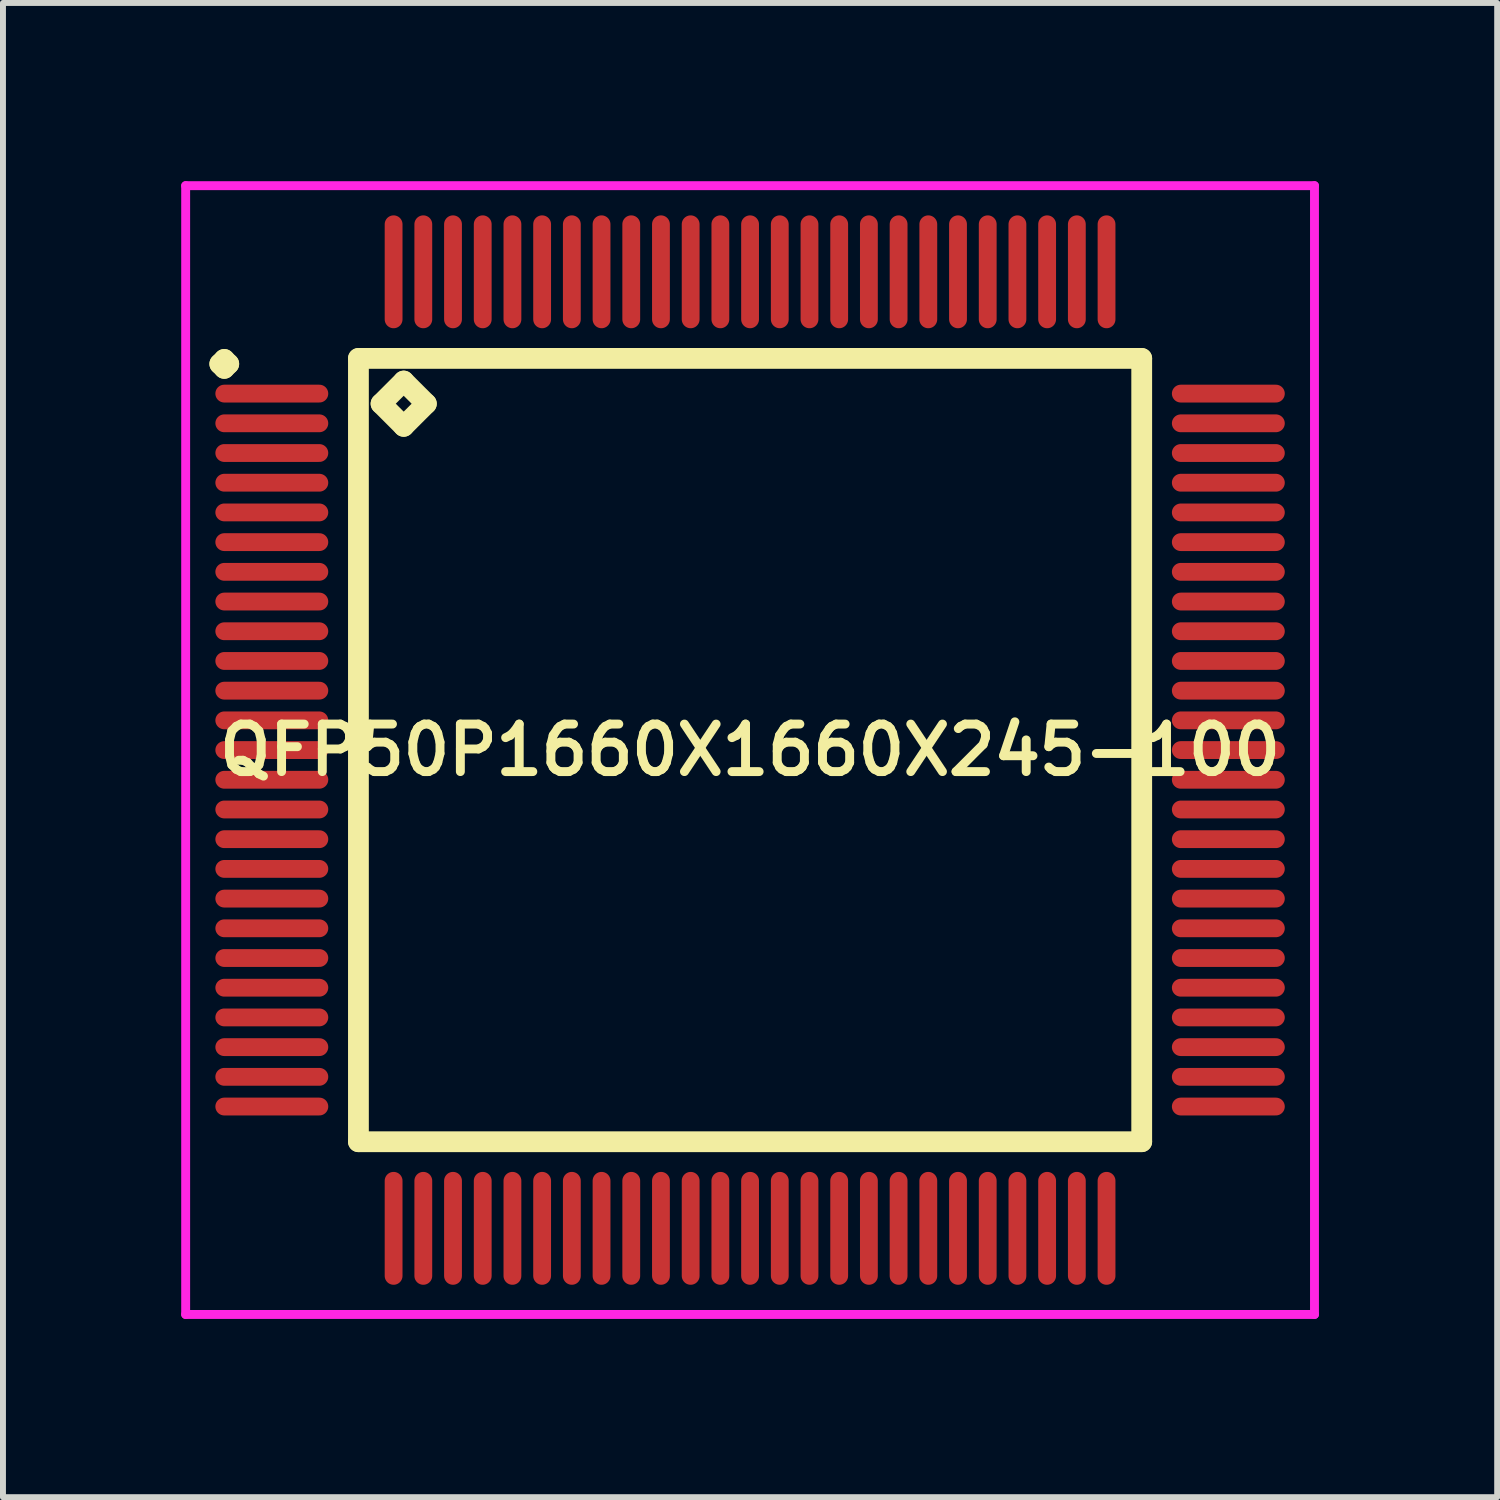
<source format=kicad_pcb>
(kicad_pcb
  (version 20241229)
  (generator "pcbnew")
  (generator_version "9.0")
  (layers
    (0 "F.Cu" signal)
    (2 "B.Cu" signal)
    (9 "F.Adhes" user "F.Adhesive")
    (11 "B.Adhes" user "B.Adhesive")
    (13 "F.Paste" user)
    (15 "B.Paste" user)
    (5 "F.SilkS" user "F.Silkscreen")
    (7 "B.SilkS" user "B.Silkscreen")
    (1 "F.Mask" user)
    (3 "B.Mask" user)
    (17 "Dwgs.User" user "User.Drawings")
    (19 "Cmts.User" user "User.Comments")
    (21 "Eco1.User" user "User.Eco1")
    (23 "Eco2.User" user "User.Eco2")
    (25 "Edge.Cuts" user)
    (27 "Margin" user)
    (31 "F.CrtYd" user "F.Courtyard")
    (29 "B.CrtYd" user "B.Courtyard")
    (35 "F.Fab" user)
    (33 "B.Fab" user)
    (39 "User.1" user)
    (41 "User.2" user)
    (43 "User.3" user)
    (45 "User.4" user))
  (footprint "QFP50P1660X1660X245-100"
    (layer "F.Cu")
    (at 9.575 9.575)
    (property "Reference" "QFP50P1660X1660X245-100" (at 0 0 0) (layer "F.SilkS") (effects (font (size 0.8 0.8) (thickness 0.15))))
    (attr smd)
    (fp_line (start -8.925 -6.5) (end -8.85 -6.575) (stroke (width 0.35) (type solid)) (layer "F.SilkS"))
    (fp_line (start -8.85 -6.575) (end -8.775 -6.5) (stroke (width 0.35) (type solid)) (layer "F.SilkS"))
    (fp_line (start -8.85 -6.425) (end -8.925 -6.5) (stroke (width 0.35) (type solid)) (layer "F.SilkS"))
    (fp_line (start -8.775 -6.5) (end -8.85 -6.425) (stroke (width 0.35) (type solid)) (layer "F.SilkS"))
    (fp_line (start -6.592 -6.592) (end -6.592 6.592) (stroke (width 0.35) (type solid)) (layer "F.SilkS"))
    (fp_line (start -6.592 6.592) (end 6.592 6.592) (stroke (width 0.35) (type solid)) (layer "F.SilkS"))
    (fp_line (start -6.211 -5.83) (end -5.83 -6.211) (stroke (width 0.35) (type solid)) (layer "F.SilkS"))
    (fp_line (start -5.83 -6.211) (end -5.449 -5.83) (stroke (width 0.35) (type solid)) (layer "F.SilkS"))
    (fp_line (start -5.83 -5.449) (end -6.211 -5.83) (stroke (width 0.35) (type solid)) (layer "F.SilkS"))
    (fp_line (start -5.449 -5.83) (end -5.83 -5.449) (stroke (width 0.35) (type solid)) (layer "F.SilkS"))
    (fp_line (start 6.592 -6.592) (end -6.592 -6.592) (stroke (width 0.35) (type solid)) (layer "F.SilkS"))
    (fp_line (start 6.592 6.592) (end 6.592 -6.592) (stroke (width 0.35) (type solid)) (layer "F.SilkS"))
    (fp_line (start -9.5 -9.5) (end 9.5 -9.5) (stroke (width 0.15) (type solid)) (layer "F.CrtYd"))
    (fp_line (start -9.5 9.5) (end -9.5 -9.5) (stroke (width 0.15) (type solid)) (layer "F.CrtYd"))
    (fp_line (start 9.5 -9.5) (end 9.5 9.5) (stroke (width 0.15) (type solid)) (layer "F.CrtYd"))
    (fp_line (start 9.5 9.5) (end -9.5 9.5) (stroke (width 0.15) (type solid)) (layer "F.CrtYd"))
    (pad "1" smd oval (at -8.05 -6) (size 1.9 0.3) (layers "F.Cu" "F.Mask" "F.Paste"))
    (pad "2" smd oval (at -8.05 -5.5) (size 1.9 0.3) (layers "F.Cu" "F.Mask" "F.Paste"))
    (pad "3" smd oval (at -8.05 -5) (size 1.9 0.3) (layers "F.Cu" "F.Mask" "F.Paste"))
    (pad "4" smd oval (at -8.05 -4.5) (size 1.9 0.3) (layers "F.Cu" "F.Mask" "F.Paste"))
    (pad "5" smd oval (at -8.05 -4) (size 1.9 0.3) (layers "F.Cu" "F.Mask" "F.Paste"))
    (pad "6" smd oval (at -8.05 -3.5) (size 1.9 0.3) (layers "F.Cu" "F.Mask" "F.Paste"))
    (pad "7" smd oval (at -8.05 -3) (size 1.9 0.3) (layers "F.Cu" "F.Mask" "F.Paste"))
    (pad "8" smd oval (at -8.05 -2.5) (size 1.9 0.3) (layers "F.Cu" "F.Mask" "F.Paste"))
    (pad "9" smd oval (at -8.05 -2) (size 1.9 0.3) (layers "F.Cu" "F.Mask" "F.Paste"))
    (pad "10" smd oval (at -8.05 -1.5) (size 1.9 0.3) (layers "F.Cu" "F.Mask" "F.Paste"))
    (pad "11" smd oval (at -8.05 -1) (size 1.9 0.3) (layers "F.Cu" "F.Mask" "F.Paste"))
    (pad "12" smd oval (at -8.05 -0.5) (size 1.9 0.3) (layers "F.Cu" "F.Mask" "F.Paste"))
    (pad "13" smd oval (at -8.05 0) (size 1.9 0.3) (layers "F.Cu" "F.Mask" "F.Paste"))
    (pad "14" smd oval (at -8.05 0.5) (size 1.9 0.3) (layers "F.Cu" "F.Mask" "F.Paste"))
    (pad "15" smd oval (at -8.05 1) (size 1.9 0.3) (layers "F.Cu" "F.Mask" "F.Paste"))
    (pad "16" smd oval (at -8.05 1.5) (size 1.9 0.3) (layers "F.Cu" "F.Mask" "F.Paste"))
    (pad "17" smd oval (at -8.05 2) (size 1.9 0.3) (layers "F.Cu" "F.Mask" "F.Paste"))
    (pad "18" smd oval (at -8.05 2.5) (size 1.9 0.3) (layers "F.Cu" "F.Mask" "F.Paste"))
    (pad "19" smd oval (at -8.05 3) (size 1.9 0.3) (layers "F.Cu" "F.Mask" "F.Paste"))
    (pad "20" smd oval (at -8.05 3.5) (size 1.9 0.3) (layers "F.Cu" "F.Mask" "F.Paste"))
    (pad "21" smd oval (at -8.05 4) (size 1.9 0.3) (layers "F.Cu" "F.Mask" "F.Paste"))
    (pad "22" smd oval (at -8.05 4.5) (size 1.9 0.3) (layers "F.Cu" "F.Mask" "F.Paste"))
    (pad "23" smd oval (at -8.05 5) (size 1.9 0.3) (layers "F.Cu" "F.Mask" "F.Paste"))
    (pad "24" smd oval (at -8.05 5.5) (size 1.9 0.3) (layers "F.Cu" "F.Mask" "F.Paste"))
    (pad "25" smd oval (at -8.05 6) (size 1.9 0.3) (layers "F.Cu" "F.Mask" "F.Paste"))
    (pad "26" smd oval (at -6 8.05) (size 0.3 1.9) (layers "F.Cu" "F.Mask" "F.Paste"))
    (pad "27" smd oval (at -5.5 8.05) (size 0.3 1.9) (layers "F.Cu" "F.Mask" "F.Paste"))
    (pad "28" smd oval (at -5 8.05) (size 0.3 1.9) (layers "F.Cu" "F.Mask" "F.Paste"))
    (pad "29" smd oval (at -4.5 8.05) (size 0.3 1.9) (layers "F.Cu" "F.Mask" "F.Paste"))
    (pad "30" smd oval (at -4 8.05) (size 0.3 1.9) (layers "F.Cu" "F.Mask" "F.Paste"))
    (pad "31" smd oval (at -3.5 8.05) (size 0.3 1.9) (layers "F.Cu" "F.Mask" "F.Paste"))
    (pad "32" smd oval (at -3 8.05) (size 0.3 1.9) (layers "F.Cu" "F.Mask" "F.Paste"))
    (pad "33" smd oval (at -2.5 8.05) (size 0.3 1.9) (layers "F.Cu" "F.Mask" "F.Paste"))
    (pad "34" smd oval (at -2 8.05) (size 0.3 1.9) (layers "F.Cu" "F.Mask" "F.Paste"))
    (pad "35" smd oval (at -1.5 8.05) (size 0.3 1.9) (layers "F.Cu" "F.Mask" "F.Paste"))
    (pad "36" smd oval (at -1 8.05) (size 0.3 1.9) (layers "F.Cu" "F.Mask" "F.Paste"))
    (pad "37" smd oval (at -0.5 8.05) (size 0.3 1.9) (layers "F.Cu" "F.Mask" "F.Paste"))
    (pad "38" smd oval (at 0 8.05) (size 0.3 1.9) (layers "F.Cu" "F.Mask" "F.Paste"))
    (pad "39" smd oval (at 0.5 8.05) (size 0.3 1.9) (layers "F.Cu" "F.Mask" "F.Paste"))
    (pad "40" smd oval (at 1 8.05) (size 0.3 1.9) (layers "F.Cu" "F.Mask" "F.Paste"))
    (pad "41" smd oval (at 1.5 8.05) (size 0.3 1.9) (layers "F.Cu" "F.Mask" "F.Paste"))
    (pad "42" smd oval (at 2 8.05) (size 0.3 1.9) (layers "F.Cu" "F.Mask" "F.Paste"))
    (pad "43" smd oval (at 2.5 8.05) (size 0.3 1.9) (layers "F.Cu" "F.Mask" "F.Paste"))
    (pad "44" smd oval (at 3 8.05) (size 0.3 1.9) (layers "F.Cu" "F.Mask" "F.Paste"))
    (pad "45" smd oval (at 3.5 8.05) (size 0.3 1.9) (layers "F.Cu" "F.Mask" "F.Paste"))
    (pad "46" smd oval (at 4 8.05) (size 0.3 1.9) (layers "F.Cu" "F.Mask" "F.Paste"))
    (pad "47" smd oval (at 4.5 8.05) (size 0.3 1.9) (layers "F.Cu" "F.Mask" "F.Paste"))
    (pad "48" smd oval (at 5 8.05) (size 0.3 1.9) (layers "F.Cu" "F.Mask" "F.Paste"))
    (pad "49" smd oval (at 5.5 8.05) (size 0.3 1.9) (layers "F.Cu" "F.Mask" "F.Paste"))
    (pad "50" smd oval (at 6 8.05) (size 0.3 1.9) (layers "F.Cu" "F.Mask" "F.Paste"))
    (pad "51" smd oval (at 8.05 6) (size 1.9 0.3) (layers "F.Cu" "F.Mask" "F.Paste"))
    (pad "52" smd oval (at 8.05 5.5) (size 1.9 0.3) (layers "F.Cu" "F.Mask" "F.Paste"))
    (pad "53" smd oval (at 8.05 5) (size 1.9 0.3) (layers "F.Cu" "F.Mask" "F.Paste"))
    (pad "54" smd oval (at 8.05 4.5) (size 1.9 0.3) (layers "F.Cu" "F.Mask" "F.Paste"))
    (pad "55" smd oval (at 8.05 4) (size 1.9 0.3) (layers "F.Cu" "F.Mask" "F.Paste"))
    (pad "56" smd oval (at 8.05 3.5) (size 1.9 0.3) (layers "F.Cu" "F.Mask" "F.Paste"))
    (pad "57" smd oval (at 8.05 3) (size 1.9 0.3) (layers "F.Cu" "F.Mask" "F.Paste"))
    (pad "58" smd oval (at 8.05 2.5) (size 1.9 0.3) (layers "F.Cu" "F.Mask" "F.Paste"))
    (pad "59" smd oval (at 8.05 2) (size 1.9 0.3) (layers "F.Cu" "F.Mask" "F.Paste"))
    (pad "60" smd oval (at 8.05 1.5) (size 1.9 0.3) (layers "F.Cu" "F.Mask" "F.Paste"))
    (pad "61" smd oval (at 8.05 1) (size 1.9 0.3) (layers "F.Cu" "F.Mask" "F.Paste"))
    (pad "62" smd oval (at 8.05 0.5) (size 1.9 0.3) (layers "F.Cu" "F.Mask" "F.Paste"))
    (pad "63" smd oval (at 8.05 0) (size 1.9 0.3) (layers "F.Cu" "F.Mask" "F.Paste"))
    (pad "64" smd oval (at 8.05 -0.5) (size 1.9 0.3) (layers "F.Cu" "F.Mask" "F.Paste"))
    (pad "65" smd oval (at 8.05 -1) (size 1.9 0.3) (layers "F.Cu" "F.Mask" "F.Paste"))
    (pad "66" smd oval (at 8.05 -1.5) (size 1.9 0.3) (layers "F.Cu" "F.Mask" "F.Paste"))
    (pad "67" smd oval (at 8.05 -2) (size 1.9 0.3) (layers "F.Cu" "F.Mask" "F.Paste"))
    (pad "68" smd oval (at 8.05 -2.5) (size 1.9 0.3) (layers "F.Cu" "F.Mask" "F.Paste"))
    (pad "69" smd oval (at 8.05 -3) (size 1.9 0.3) (layers "F.Cu" "F.Mask" "F.Paste"))
    (pad "70" smd oval (at 8.05 -3.5) (size 1.9 0.3) (layers "F.Cu" "F.Mask" "F.Paste"))
    (pad "71" smd oval (at 8.05 -4) (size 1.9 0.3) (layers "F.Cu" "F.Mask" "F.Paste"))
    (pad "72" smd oval (at 8.05 -4.5) (size 1.9 0.3) (layers "F.Cu" "F.Mask" "F.Paste"))
    (pad "73" smd oval (at 8.05 -5) (size 1.9 0.3) (layers "F.Cu" "F.Mask" "F.Paste"))
    (pad "74" smd oval (at 8.05 -5.5) (size 1.9 0.3) (layers "F.Cu" "F.Mask" "F.Paste"))
    (pad "75" smd oval (at 8.05 -6) (size 1.9 0.3) (layers "F.Cu" "F.Mask" "F.Paste"))
    (pad "76" smd oval (at 6 -8.05) (size 0.3 1.9) (layers "F.Cu" "F.Mask" "F.Paste"))
    (pad "77" smd oval (at 5.5 -8.05) (size 0.3 1.9) (layers "F.Cu" "F.Mask" "F.Paste"))
    (pad "78" smd oval (at 5 -8.05) (size 0.3 1.9) (layers "F.Cu" "F.Mask" "F.Paste"))
    (pad "79" smd oval (at 4.5 -8.05) (size 0.3 1.9) (layers "F.Cu" "F.Mask" "F.Paste"))
    (pad "80" smd oval (at 4 -8.05) (size 0.3 1.9) (layers "F.Cu" "F.Mask" "F.Paste"))
    (pad "81" smd oval (at 3.5 -8.05) (size 0.3 1.9) (layers "F.Cu" "F.Mask" "F.Paste"))
    (pad "82" smd oval (at 3 -8.05) (size 0.3 1.9) (layers "F.Cu" "F.Mask" "F.Paste"))
    (pad "83" smd oval (at 2.5 -8.05) (size 0.3 1.9) (layers "F.Cu" "F.Mask" "F.Paste"))
    (pad "84" smd oval (at 2 -8.05) (size 0.3 1.9) (layers "F.Cu" "F.Mask" "F.Paste"))
    (pad "85" smd oval (at 1.5 -8.05) (size 0.3 1.9) (layers "F.Cu" "F.Mask" "F.Paste"))
    (pad "86" smd oval (at 1 -8.05) (size 0.3 1.9) (layers "F.Cu" "F.Mask" "F.Paste"))
    (pad "87" smd oval (at 0.5 -8.05) (size 0.3 1.9) (layers "F.Cu" "F.Mask" "F.Paste"))
    (pad "88" smd oval (at 0 -8.05) (size 0.3 1.9) (layers "F.Cu" "F.Mask" "F.Paste"))
    (pad "89" smd oval (at -0.5 -8.05) (size 0.3 1.9) (layers "F.Cu" "F.Mask" "F.Paste"))
    (pad "90" smd oval (at -1 -8.05) (size 0.3 1.9) (layers "F.Cu" "F.Mask" "F.Paste"))
    (pad "91" smd oval (at -1.5 -8.05) (size 0.3 1.9) (layers "F.Cu" "F.Mask" "F.Paste"))
    (pad "92" smd oval (at -2 -8.05) (size 0.3 1.9) (layers "F.Cu" "F.Mask" "F.Paste"))
    (pad "93" smd oval (at -2.5 -8.05) (size 0.3 1.9) (layers "F.Cu" "F.Mask" "F.Paste"))
    (pad "94" smd oval (at -3 -8.05) (size 0.3 1.9) (layers "F.Cu" "F.Mask" "F.Paste"))
    (pad "95" smd oval (at -3.5 -8.05) (size 0.3 1.9) (layers "F.Cu" "F.Mask" "F.Paste"))
    (pad "96" smd oval (at -4 -8.05) (size 0.3 1.9) (layers "F.Cu" "F.Mask" "F.Paste"))
    (pad "97" smd oval (at -4.5 -8.05) (size 0.3 1.9) (layers "F.Cu" "F.Mask" "F.Paste"))
    (pad "98" smd oval (at -5 -8.05) (size 0.3 1.9) (layers "F.Cu" "F.Mask" "F.Paste"))
    (pad "99" smd oval (at -5.5 -8.05) (size 0.3 1.9) (layers "F.Cu" "F.Mask" "F.Paste"))
    (pad "100" smd oval (at -6 -8.05) (size 0.3 1.9) (layers "F.Cu" "F.Mask" "F.Paste")))
  (gr_rect
    (start -3 -3)
    (end 22.15 22.15)
    (stroke (width 0.1) (type default))
    (fill no)
    (layer "Edge.Cuts")))
</source>
